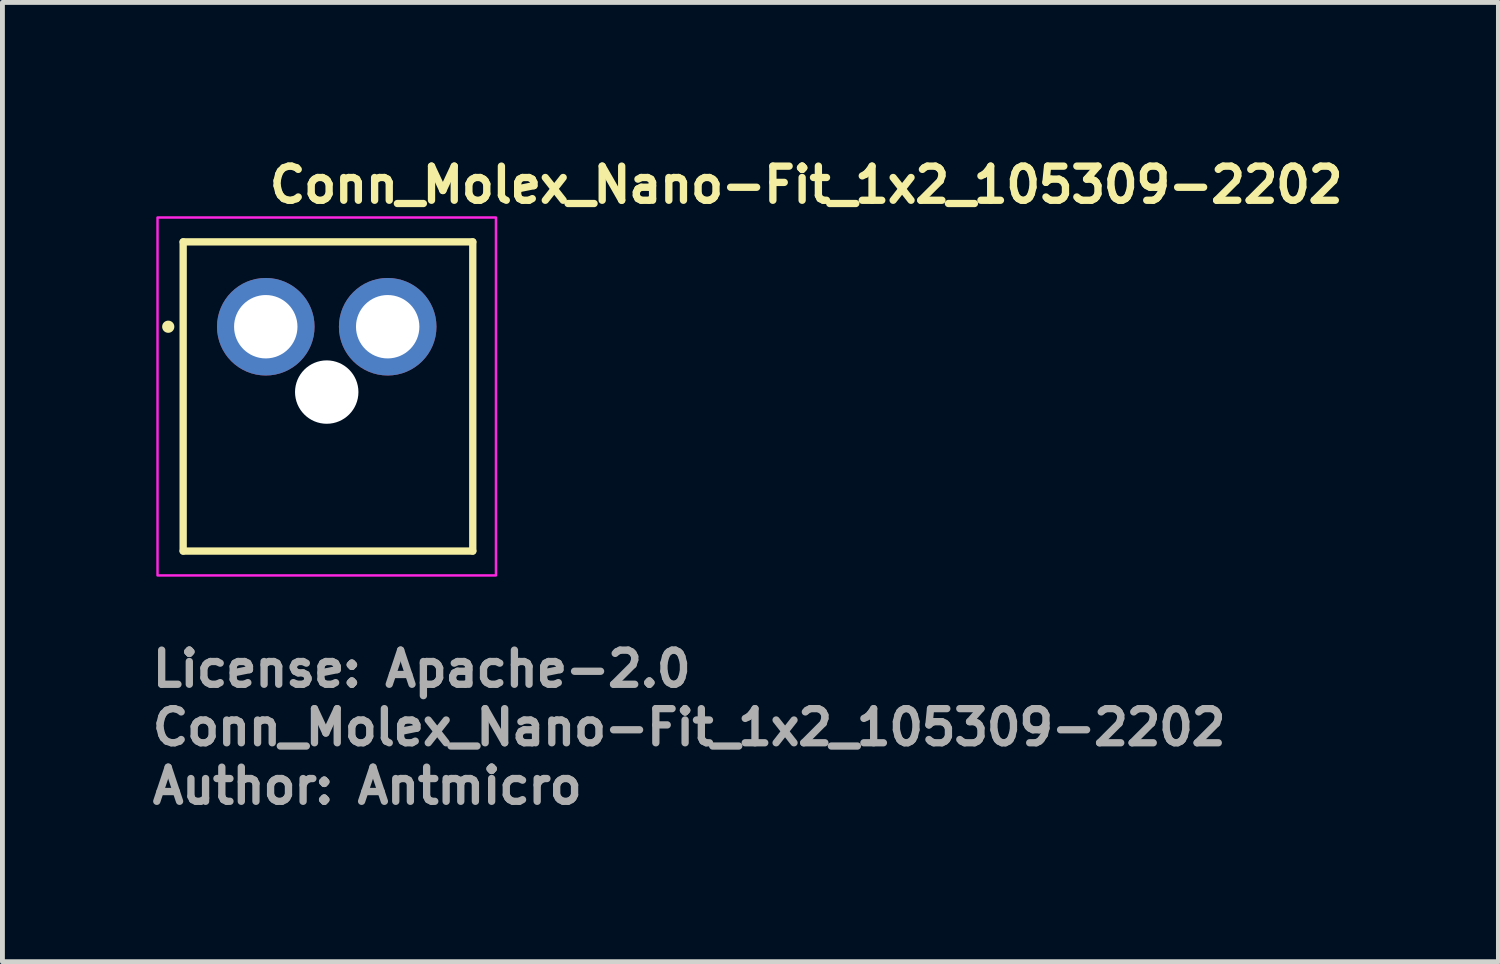
<source format=kicad_pcb>
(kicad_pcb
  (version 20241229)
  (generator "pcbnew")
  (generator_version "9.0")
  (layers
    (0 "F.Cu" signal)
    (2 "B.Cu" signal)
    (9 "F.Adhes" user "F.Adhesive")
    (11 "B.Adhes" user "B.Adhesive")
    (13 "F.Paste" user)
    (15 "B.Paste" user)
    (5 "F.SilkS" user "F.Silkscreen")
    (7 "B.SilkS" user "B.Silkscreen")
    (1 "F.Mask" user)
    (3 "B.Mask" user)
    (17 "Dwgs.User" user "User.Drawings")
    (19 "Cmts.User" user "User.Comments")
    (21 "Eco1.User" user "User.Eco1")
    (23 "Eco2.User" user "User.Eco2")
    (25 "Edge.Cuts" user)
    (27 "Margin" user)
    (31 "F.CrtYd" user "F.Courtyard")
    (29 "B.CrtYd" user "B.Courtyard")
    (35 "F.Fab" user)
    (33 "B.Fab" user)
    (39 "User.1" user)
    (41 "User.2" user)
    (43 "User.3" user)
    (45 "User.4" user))
  (footprint "Conn_Molex_Nano-Fit_1x2_105309-2202"
    (layer "F.Cu")
    (at 2.4 3.65)
    (property "Reference" "Conn_Molex_Nano-Fit_1x2_105309-2202" (at 0 -2.5 0) (layer "F.SilkS") (effects (font (size 0.7 0.7) (thickness 0.15)) (justify left bottom)))
    (attr through_hole)
    (fp_line (start -1.694 -1.74) (end -1.694 4.6) (stroke (width 0.15) (type solid)) (layer "F.SilkS"))
    (fp_line (start -1.694 -1.74) (end 4.245 -1.74) (stroke (width 0.15) (type solid)) (layer "F.SilkS"))
    (fp_line (start -1.694 4.6) (end 4.245 4.6) (stroke (width 0.15) (type solid)) (layer "F.SilkS"))
    (fp_line (start 4.245 -1.74) (end 4.245 4.6) (stroke (width 0.15) (type solid)) (layer "F.SilkS"))
    (fp_circle (center -2 0) (end -2.05 0) (stroke (width 0.15) (type solid)) (fill yes) (layer "F.SilkS"))
    (fp_rect (start -2.22 -2.24) (end 4.72 5.1) (stroke (width 0.05) (type solid)) (fill no) (layer "F.CrtYd"))
    (fp_rect (start -1.72 -1.74) (end 4.22 4.6) (stroke (width 0.1) (type solid)) (fill no) (layer "User.5"))
    (fp_line (start -1.72 -1.74) (end -1.72 1.74) (stroke (width 0.02) (type solid)) (layer "User.9"))
    (fp_line (start -1.35 1.74) (end -1.72 1.74) (stroke (width 0.02) (type solid)) (layer "User.9"))
    (fp_line (start -1.35 2.56) (end -1.35 1.74) (stroke (width 0.02) (type solid)) (layer "User.9"))
    (fp_line (start -1.35 4.02) (end -1.35 2.56) (stroke (width 0.02) (type solid)) (layer "User.9"))
    (fp_line (start -1.35 4.35) (end -1.35 4.02) (stroke (width 0.02) (type solid)) (layer "User.9"))
    (fp_line (start -1.35 4.35) (end -1.346 4.393) (stroke (width 0.02) (type solid)) (layer "User.9"))
    (fp_line (start -1.346 4.393) (end -1.335 4.436) (stroke (width 0.02) (type solid)) (layer "User.9"))
    (fp_line (start -1.335 4.436) (end -1.317 4.475) (stroke (width 0.02) (type solid)) (layer "User.9"))
    (fp_line (start -1.317 4.475) (end -1.292 4.511) (stroke (width 0.02) (type solid)) (layer "User.9"))
    (fp_line (start -1.292 4.511) (end -1.261 4.542) (stroke (width 0.02) (type solid)) (layer "User.9"))
    (fp_line (start -1.261 4.542) (end -1.225 4.567) (stroke (width 0.02) (type solid)) (layer "User.9"))
    (fp_line (start -1.225 4.567) (end -1.186 4.585) (stroke (width 0.02) (type solid)) (layer "User.9"))
    (fp_line (start -1.186 4.585) (end -1.143 4.596) (stroke (width 0.02) (type solid)) (layer "User.9"))
    (fp_line (start -1.143 4.596) (end -1.1 4.6) (stroke (width 0.02) (type solid)) (layer "User.9"))
    (fp_line (start -1.11 -1.095) (end -1.11 1.095) (stroke (width 0.02) (type solid)) (layer "User.9"))
    (fp_line (start -0.95 1.37) (end -0.3 1.37) (stroke (width 0.02) (type solid)) (layer "User.9"))
    (fp_line (start -0.95 2.56) (end -1.35 2.56) (stroke (width 0.02) (type solid)) (layer "User.9"))
    (fp_line (start -0.95 2.56) (end -1.35 2.56) (stroke (width 0.02) (type solid)) (layer "User.9"))
    (fp_line (start -0.95 2.56) (end -0.95 1.37) (stroke (width 0.02) (type solid)) (layer "User.9"))
    (fp_line (start -0.95 2.56) (end -0.95 3.75) (stroke (width 0.02) (type solid)) (layer "User.9"))
    (fp_line (start -0.95 3.75) (end 3.45 3.75) (stroke (width 0.02) (type solid)) (layer "User.9"))
    (fp_line (start -0.318 -0.318) (end -0.168 -0.168) (stroke (width 0.02) (type solid)) (layer "User.9"))
    (fp_line (start -0.318 -0.318) (end 0.318 -0.318) (stroke (width 0.02) (type solid)) (layer "User.9"))
    (fp_line (start -0.318 0.318) (end -0.318 -0.318) (stroke (width 0.02) (type solid)) (layer "User.9"))
    (fp_line (start -0.318 0.318) (end -0.3 1.095) (stroke (width 0.02) (type solid)) (layer "User.9"))
    (fp_line (start -0.318 0.318) (end 0.318 0.318) (stroke (width 0.02) (type solid)) (layer "User.9"))
    (fp_line (start -0.3 1.095) (end -1.11 1.095) (stroke (width 0.02) (type solid)) (layer "User.9"))
    (fp_line (start -0.3 1.095) (end 0.6 1.095) (stroke (width 0.02) (type solid)) (layer "User.9"))
    (fp_line (start -0.3 1.37) (end -0.3 1.095) (stroke (width 0.02) (type solid)) (layer "User.9"))
    (fp_line (start -0.168 -0.168) (end 0.168 -0.168) (stroke (width 0.02) (type solid)) (layer "User.9"))
    (fp_line (start -0.168 0.168) (end -0.318 0.318) (stroke (width 0.02) (type solid)) (layer "User.9"))
    (fp_line (start -0.168 0.168) (end -0.168 -0.168) (stroke (width 0.02) (type solid)) (layer "User.9"))
    (fp_line (start -0.168 0.168) (end 0.168 0.168) (stroke (width 0.02) (type solid)) (layer "User.9"))
    (fp_line (start 0.168 -0.168) (end 0.168 0.168) (stroke (width 0.02) (type solid)) (layer "User.9"))
    (fp_line (start 0.168 -0.168) (end 0.318 -0.318) (stroke (width 0.02) (type solid)) (layer "User.9"))
    (fp_line (start 0.168 -0.168) (end 0.318 -0.318) (stroke (width 0.02) (type solid)) (layer "User.9"))
    (fp_line (start 0.318 -0.318) (end 0.318 0.318) (stroke (width 0.02) (type solid)) (layer "User.9"))
    (fp_line (start 0.318 0.318) (end 0.168 0.168) (stroke (width 0.02) (type solid)) (layer "User.9"))
    (fp_line (start 0.6 1.095) (end 1.11 1.095) (stroke (width 0.02) (type solid)) (layer "User.9"))
    (fp_line (start 0.6 1.37) (end 0.6 1.095) (stroke (width 0.02) (type solid)) (layer "User.9"))
    (fp_line (start 1.11 -1.095) (end -1.11 -1.095) (stroke (width 0.02) (type solid)) (layer "User.9"))
    (fp_line (start 1.11 1.095) (end 1.11 -1.095) (stroke (width 0.02) (type solid)) (layer "User.9"))
    (fp_line (start 1.39 -1.095) (end 1.39 1.095) (stroke (width 0.02) (type solid)) (layer "User.9"))
    (fp_line (start 1.39 1.095) (end 1.9 1.095) (stroke (width 0.02) (type solid)) (layer "User.9"))
    (fp_line (start 1.9 1.095) (end 1.9 1.37) (stroke (width 0.02) (type solid)) (layer "User.9"))
    (fp_line (start 1.9 1.095) (end 2.8 1.095) (stroke (width 0.02) (type solid)) (layer "User.9"))
    (fp_line (start 1.9 1.37) (end 0.6 1.37) (stroke (width 0.02) (type solid)) (layer "User.9"))
    (fp_line (start 2.182 -0.318) (end 2.5 0) (stroke (width 0.02) (type solid)) (layer "User.9"))
    (fp_line (start 2.182 -0.318) (end 2.818 -0.318) (stroke (width 0.02) (type solid)) (layer "User.9"))
    (fp_line (start 2.182 0.318) (end 2.182 -0.318) (stroke (width 0.02) (type solid)) (layer "User.9"))
    (fp_line (start 2.182 0.318) (end 2.818 0.318) (stroke (width 0.02) (type solid)) (layer "User.9"))
    (fp_line (start 2.332 -0.168) (end 2.668 -0.168) (stroke (width 0.02) (type solid)) (layer "User.9"))
    (fp_line (start 2.332 0.168) (end 2.332 -0.168) (stroke (width 0.02) (type solid)) (layer "User.9"))
    (fp_line (start 2.332 0.168) (end 2.668 0.168) (stroke (width 0.02) (type solid)) (layer "User.9"))
    (fp_line (start 2.5 0) (end 2.182 0.318) (stroke (width 0.02) (type solid)) (layer "User.9"))
    (fp_line (start 2.668 -0.168) (end 2.668 0.168) (stroke (width 0.02) (type solid)) (layer "User.9"))
    (fp_line (start 2.668 -0.168) (end 2.818 -0.318) (stroke (width 0.02) (type solid)) (layer "User.9"))
    (fp_line (start 2.668 -0.168) (end 2.818 -0.318) (stroke (width 0.02) (type solid)) (layer "User.9"))
    (fp_line (start 2.8 1.095) (end 2.8 1.37) (stroke (width 0.02) (type solid)) (layer "User.9"))
    (fp_line (start 2.8 1.37) (end 3.45 1.37) (stroke (width 0.02) (type solid)) (layer "User.9"))
    (fp_line (start 2.818 -0.318) (end 2.818 0.318) (stroke (width 0.02) (type solid)) (layer "User.9"))
    (fp_line (start 2.818 0.318) (end 2.668 0.168) (stroke (width 0.02) (type solid)) (layer "User.9"))
    (fp_line (start 3.45 2.56) (end 3.45 1.37) (stroke (width 0.02) (type solid)) (layer "User.9"))
    (fp_line (start 3.45 2.56) (end 3.45 3.75) (stroke (width 0.02) (type solid)) (layer "User.9"))
    (fp_line (start 3.6 4.6) (end -1.1 4.6) (stroke (width 0.02) (type solid)) (layer "User.9"))
    (fp_line (start 3.6 4.6) (end 3.643 4.596) (stroke (width 0.02) (type solid)) (layer "User.9"))
    (fp_line (start 3.61 -1.095) (end 1.39 -1.095) (stroke (width 0.02) (type solid)) (layer "User.9"))
    (fp_line (start 3.61 1.095) (end 2.8 1.095) (stroke (width 0.02) (type solid)) (layer "User.9"))
    (fp_line (start 3.61 1.095) (end 3.61 -1.095) (stroke (width 0.02) (type solid)) (layer "User.9"))
    (fp_line (start 3.643 4.596) (end 3.686 4.585) (stroke (width 0.02) (type solid)) (layer "User.9"))
    (fp_line (start 3.686 4.585) (end 3.725 4.567) (stroke (width 0.02) (type solid)) (layer "User.9"))
    (fp_line (start 3.725 4.567) (end 3.761 4.542) (stroke (width 0.02) (type solid)) (layer "User.9"))
    (fp_line (start 3.761 4.542) (end 3.792 4.511) (stroke (width 0.02) (type solid)) (layer "User.9"))
    (fp_line (start 3.792 4.511) (end 3.817 4.475) (stroke (width 0.02) (type solid)) (layer "User.9"))
    (fp_line (start 3.817 4.475) (end 3.835 4.436) (stroke (width 0.02) (type solid)) (layer "User.9"))
    (fp_line (start 3.835 4.436) (end 3.846 4.393) (stroke (width 0.02) (type solid)) (layer "User.9"))
    (fp_line (start 3.846 4.393) (end 3.85 4.35) (stroke (width 0.02) (type solid)) (layer "User.9"))
    (fp_line (start 3.85 2.56) (end 3.45 2.56) (stroke (width 0.02) (type solid)) (layer "User.9"))
    (fp_line (start 3.85 2.56) (end 3.45 2.56) (stroke (width 0.02) (type solid)) (layer "User.9"))
    (fp_line (start 3.85 2.56) (end 3.85 1.74) (stroke (width 0.02) (type solid)) (layer "User.9"))
    (fp_line (start 3.85 4.02) (end -1.35 4.02) (stroke (width 0.02) (type solid)) (layer "User.9"))
    (fp_line (start 3.85 4.02) (end 3.85 2.56) (stroke (width 0.02) (type solid)) (layer "User.9"))
    (fp_line (start 3.85 4.35) (end 3.85 4.02) (stroke (width 0.02) (type solid)) (layer "User.9"))
    (fp_line (start 4.22 -1.74) (end -1.72 -1.74) (stroke (width 0.02) (type solid)) (layer "User.9"))
    (fp_line (start 4.22 -1.74) (end 4.22 1.74) (stroke (width 0.02) (type solid)) (layer "User.9"))
    (fp_line (start 4.22 1.74) (end 3.85 1.74) (stroke (width 0.02) (type solid)) (layer "User.9"))
    (fp_text user "License: Apache-2.0" (at -2.4 7.425 0) (layer "F.Fab") (effects (font (size 0.7 0.7) (thickness 0.15)) (justify left bottom)))
    (fp_text user "${REFERENCE}" (at -2.4 8.625 0) (layer "F.Fab") (effects (font (size 0.7 0.7) (thickness 0.15)) (justify left bottom)))
    (fp_text user "Author: Antmicro" (at -2.4 9.825 0) (layer "F.Fab") (effects (font (size 0.7 0.7) (thickness 0.15)) (justify left bottom)))
    (pad "" np_thru_hole circle (at 1.25 1.34) (size 1.3 1.3) (drill 1.3) (layers "*.Cu" "*.Mask"))
    (pad "1" thru_hole circle (at 0 0) (size 2 2) (drill 1.3) (layers "*.Cu" "*.Mask"))
    (pad "2" thru_hole circle (at 2.5 0) (size 2 2) (drill 1.3) (layers "*.Cu" "*.Mask")))
  (gr_rect
    (start -3 -3)
    (end 27.677 16.671)
    (stroke (width 0.1) (type default))
    (fill no)
    (layer "Edge.Cuts")))
</source>
